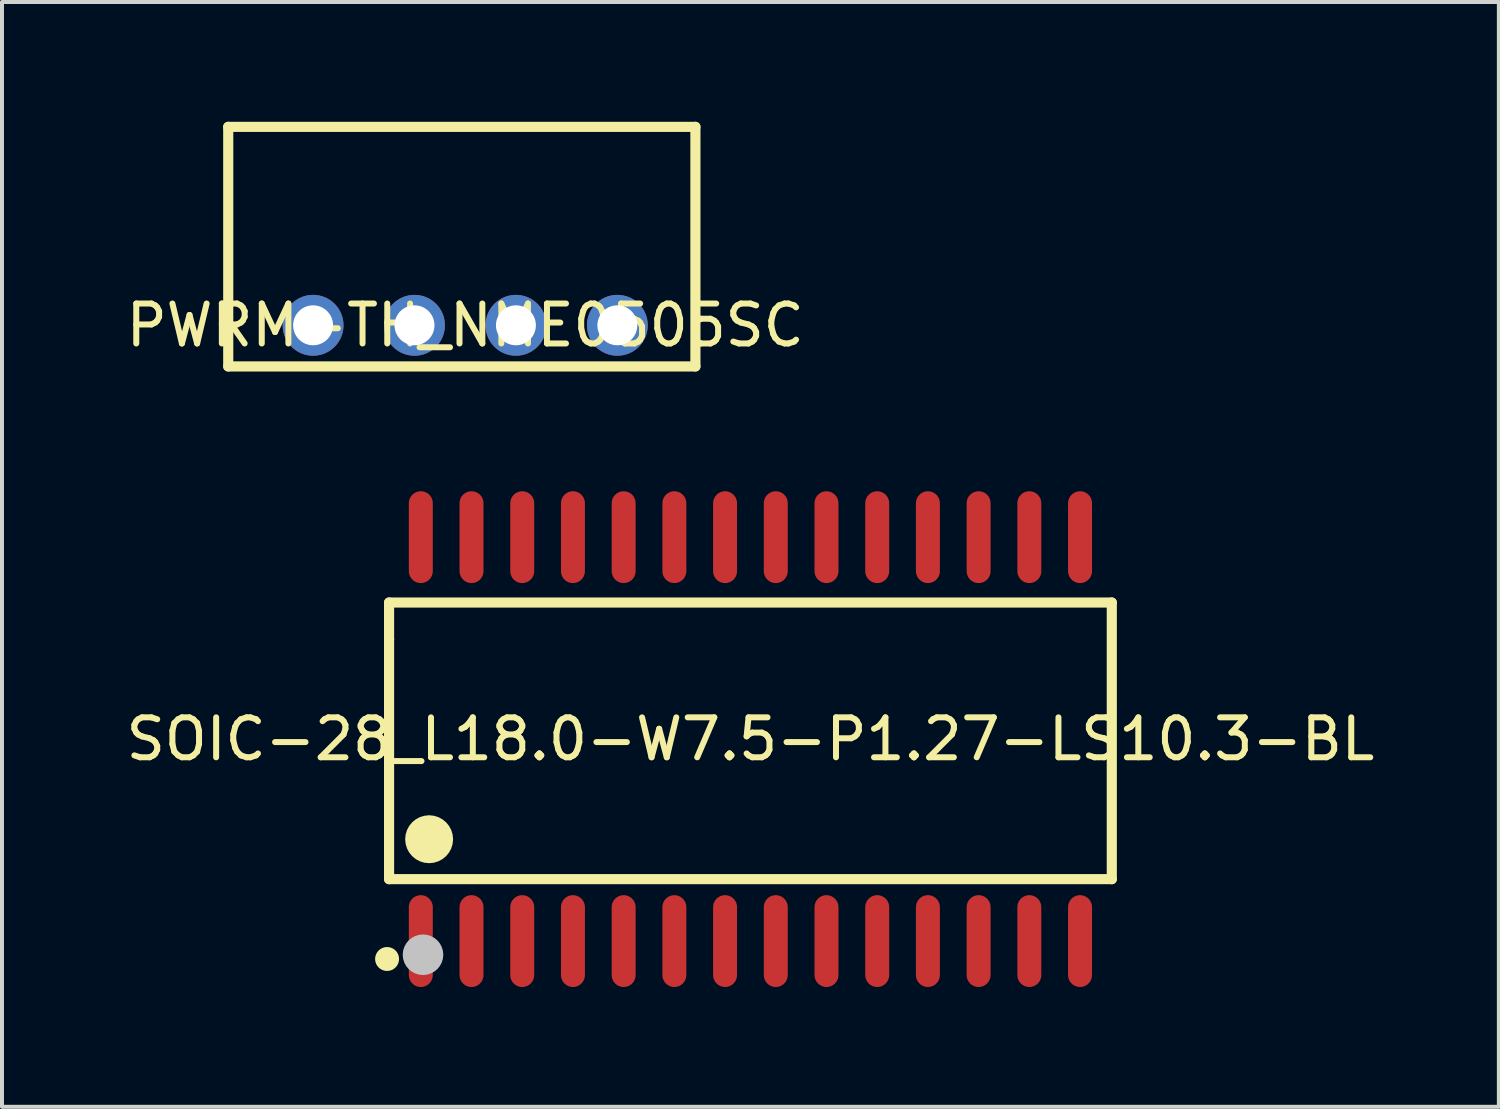
<source format=kicad_pcb>
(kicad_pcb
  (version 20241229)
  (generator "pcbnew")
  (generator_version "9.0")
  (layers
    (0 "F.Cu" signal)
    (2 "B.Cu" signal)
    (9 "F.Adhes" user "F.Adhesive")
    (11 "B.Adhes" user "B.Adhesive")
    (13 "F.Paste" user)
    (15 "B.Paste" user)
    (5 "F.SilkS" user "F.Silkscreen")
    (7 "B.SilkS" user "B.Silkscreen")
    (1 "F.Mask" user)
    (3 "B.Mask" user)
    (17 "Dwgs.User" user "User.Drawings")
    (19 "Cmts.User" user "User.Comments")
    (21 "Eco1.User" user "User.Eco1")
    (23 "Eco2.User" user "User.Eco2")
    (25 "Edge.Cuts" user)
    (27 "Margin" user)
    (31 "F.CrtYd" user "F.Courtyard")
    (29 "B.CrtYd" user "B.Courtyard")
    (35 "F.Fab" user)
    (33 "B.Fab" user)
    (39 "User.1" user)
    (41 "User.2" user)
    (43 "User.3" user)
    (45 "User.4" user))
  (footprint "SOIC-28_L18.0-W7.5-P1.27-LS10.3-BL"
    (layer "F.Cu")
    (at 15.744 15.461)
    (property "Reference" "SOIC-28_L18.0-W7.5-P1.27-LS10.3-BL" (at 0 0 0) (layer "F.SilkS") (effects (font (size 1 1) (thickness 0.15))))
    (fp_line (start -9.05 -3.421) (end 9.05 -3.421) (stroke (width 0.254) (type default)) (layer "F.SilkS"))
    (fp_line (start -9.05 -2.493) (end -9.05 -3.421) (stroke (width 0.254) (type default)) (layer "F.SilkS"))
    (fp_line (start -9.05 3.507) (end -9.05 -2.493) (stroke (width 0.254) (type default)) (layer "F.SilkS"))
    (fp_line (start 9.05 -3.421) (end 9.05 3.507) (stroke (width 0.254) (type default)) (layer "F.SilkS"))
    (fp_line (start 9.05 3.507) (end -9.05 3.507) (stroke (width 0.254) (type default)) (layer "F.SilkS"))
    (fp_arc (start -9.0985 5.3565) (mid -9.09925 5.656503) (end -9.101 5.3565) (stroke (width 0.3) (type default)) (layer "F.SilkS"))
    (fp_arc (start -8.044 2.207) (mid -8.04625 2.80701) (end -8.0495 2.207) (stroke (width 0.6) (type default)) (layer "F.SilkS"))
    (fp_circle (center -8.2 5.4) (end -7.946 5.4) (stroke (width 0.508) (type default)) (fill no) (layer "Dwgs.User"))
    (fp_poly (pts (xy -8.455 -4.25) (xy -8.455 -5.15) (xy -8.055 -5.15) (xy -8.055 -4.25)) (stroke (width 0.1) (type default)) (fill no) (layer "User.1"))
    (fp_poly (pts (xy -8.455 -3.74) (xy -8.455 -4.26) (xy -8.055 -4.26) (xy -8.055 -3.74)) (stroke (width 0.1) (type default)) (fill no) (layer "User.1"))
    (fp_poly (pts (xy -8.455 4.26) (xy -8.455 3.74) (xy -8.055 3.74) (xy -8.055 4.26)) (stroke (width 0.1) (type default)) (fill no) (layer "User.1"))
    (fp_poly (pts (xy -8.455 5.15) (xy -8.455 4.25) (xy -8.055 4.25) (xy -8.055 5.15)) (stroke (width 0.1) (type default)) (fill no) (layer "User.1"))
    (fp_poly (pts (xy -7.185 -4.25) (xy -7.185 -5.15) (xy -6.785 -5.15) (xy -6.785 -4.25)) (stroke (width 0.1) (type default)) (fill no) (layer "User.1"))
    (fp_poly (pts (xy -7.185 -3.74) (xy -7.185 -4.26) (xy -6.785 -4.26) (xy -6.785 -3.74)) (stroke (width 0.1) (type default)) (fill no) (layer "User.1"))
    (fp_poly (pts (xy -7.185 4.26) (xy -7.185 3.74) (xy -6.785 3.74) (xy -6.785 4.26)) (stroke (width 0.1) (type default)) (fill no) (layer "User.1"))
    (fp_poly (pts (xy -7.185 5.15) (xy -7.185 4.25) (xy -6.785 4.25) (xy -6.785 5.15)) (stroke (width 0.1) (type default)) (fill no) (layer "User.1"))
    (fp_poly (pts (xy -5.915 -4.25) (xy -5.915 -5.15) (xy -5.515 -5.15) (xy -5.515 -4.25)) (stroke (width 0.1) (type default)) (fill no) (layer "User.1"))
    (fp_poly (pts (xy -5.915 -3.74) (xy -5.915 -4.26) (xy -5.515 -4.26) (xy -5.515 -3.74)) (stroke (width 0.1) (type default)) (fill no) (layer "User.1"))
    (fp_poly (pts (xy -5.915 4.26) (xy -5.915 3.74) (xy -5.515 3.74) (xy -5.515 4.26)) (stroke (width 0.1) (type default)) (fill no) (layer "User.1"))
    (fp_poly (pts (xy -5.915 5.15) (xy -5.915 4.25) (xy -5.515 4.25) (xy -5.515 5.15)) (stroke (width 0.1) (type default)) (fill no) (layer "User.1"))
    (fp_poly (pts (xy -4.645 -4.25) (xy -4.645 -5.15) (xy -4.245 -5.15) (xy -4.245 -4.25)) (stroke (width 0.1) (type default)) (fill no) (layer "User.1"))
    (fp_poly (pts (xy -4.645 -3.74) (xy -4.645 -4.26) (xy -4.245 -4.26) (xy -4.245 -3.74)) (stroke (width 0.1) (type default)) (fill no) (layer "User.1"))
    (fp_poly (pts (xy -4.645 4.26) (xy -4.645 3.74) (xy -4.245 3.74) (xy -4.245 4.26)) (stroke (width 0.1) (type default)) (fill no) (layer "User.1"))
    (fp_poly (pts (xy -4.645 5.15) (xy -4.645 4.25) (xy -4.245 4.25) (xy -4.245 5.15)) (stroke (width 0.1) (type default)) (fill no) (layer "User.1"))
    (fp_poly (pts (xy -3.375 -4.25) (xy -3.375 -5.15) (xy -2.975 -5.15) (xy -2.975 -4.25)) (stroke (width 0.1) (type default)) (fill no) (layer "User.1"))
    (fp_poly (pts (xy -3.375 -3.74) (xy -3.375 -4.26) (xy -2.975 -4.26) (xy -2.975 -3.74)) (stroke (width 0.1) (type default)) (fill no) (layer "User.1"))
    (fp_poly (pts (xy -3.375 4.26) (xy -3.375 3.74) (xy -2.975 3.74) (xy -2.975 4.26)) (stroke (width 0.1) (type default)) (fill no) (layer "User.1"))
    (fp_poly (pts (xy -3.375 5.15) (xy -3.375 4.25) (xy -2.975 4.25) (xy -2.975 5.15)) (stroke (width 0.1) (type default)) (fill no) (layer "User.1"))
    (fp_poly (pts (xy -2.105 -4.25) (xy -2.105 -5.15) (xy -1.705 -5.15) (xy -1.705 -4.25)) (stroke (width 0.1) (type default)) (fill no) (layer "User.1"))
    (fp_poly (pts (xy -2.105 -3.74) (xy -2.105 -4.26) (xy -1.705 -4.26) (xy -1.705 -3.74)) (stroke (width 0.1) (type default)) (fill no) (layer "User.1"))
    (fp_poly (pts (xy -2.105 4.26) (xy -2.105 3.74) (xy -1.705 3.74) (xy -1.705 4.26)) (stroke (width 0.1) (type default)) (fill no) (layer "User.1"))
    (fp_poly (pts (xy -2.105 5.15) (xy -2.105 4.25) (xy -1.705 4.25) (xy -1.705 5.15)) (stroke (width 0.1) (type default)) (fill no) (layer "User.1"))
    (fp_poly (pts (xy -0.835 -4.25) (xy -0.835 -5.15) (xy -0.435 -5.15) (xy -0.435 -4.25)) (stroke (width 0.1) (type default)) (fill no) (layer "User.1"))
    (fp_poly (pts (xy -0.835 -3.74) (xy -0.835 -4.26) (xy -0.435 -4.26) (xy -0.435 -3.74)) (stroke (width 0.1) (type default)) (fill no) (layer "User.1"))
    (fp_poly (pts (xy -0.835 4.26) (xy -0.835 3.74) (xy -0.435 3.74) (xy -0.435 4.26)) (stroke (width 0.1) (type default)) (fill no) (layer "User.1"))
    (fp_poly (pts (xy -0.835 5.15) (xy -0.835 4.25) (xy -0.435 4.25) (xy -0.435 5.15)) (stroke (width 0.1) (type default)) (fill no) (layer "User.1"))
    (fp_poly (pts (xy 0.435 -4.25) (xy 0.435 -5.15) (xy 0.835 -5.15) (xy 0.835 -4.25)) (stroke (width 0.1) (type default)) (fill no) (layer "User.1"))
    (fp_poly (pts (xy 0.435 -3.74) (xy 0.435 -4.26) (xy 0.835 -4.26) (xy 0.835 -3.74)) (stroke (width 0.1) (type default)) (fill no) (layer "User.1"))
    (fp_poly (pts (xy 0.435 4.26) (xy 0.435 3.74) (xy 0.835 3.74) (xy 0.835 4.26)) (stroke (width 0.1) (type default)) (fill no) (layer "User.1"))
    (fp_poly (pts (xy 0.435 5.15) (xy 0.435 4.25) (xy 0.835 4.25) (xy 0.835 5.15)) (stroke (width 0.1) (type default)) (fill no) (layer "User.1"))
    (fp_poly (pts (xy 1.705 -4.25) (xy 1.705 -5.15) (xy 2.105 -5.15) (xy 2.105 -4.25)) (stroke (width 0.1) (type default)) (fill no) (layer "User.1"))
    (fp_poly (pts (xy 1.705 -3.74) (xy 1.705 -4.26) (xy 2.105 -4.26) (xy 2.105 -3.74)) (stroke (width 0.1) (type default)) (fill no) (layer "User.1"))
    (fp_poly (pts (xy 1.705 4.26) (xy 1.705 3.74) (xy 2.105 3.74) (xy 2.105 4.26)) (stroke (width 0.1) (type default)) (fill no) (layer "User.1"))
    (fp_poly (pts (xy 1.705 5.15) (xy 1.705 4.25) (xy 2.105 4.25) (xy 2.105 5.15)) (stroke (width 0.1) (type default)) (fill no) (layer "User.1"))
    (fp_poly (pts (xy 2.975 -4.25) (xy 2.975 -5.15) (xy 3.375 -5.15) (xy 3.375 -4.25)) (stroke (width 0.1) (type default)) (fill no) (layer "User.1"))
    (fp_poly (pts (xy 2.975 -3.74) (xy 2.975 -4.26) (xy 3.375 -4.26) (xy 3.375 -3.74)) (stroke (width 0.1) (type default)) (fill no) (layer "User.1"))
    (fp_poly (pts (xy 2.975 4.26) (xy 2.975 3.74) (xy 3.375 3.74) (xy 3.375 4.26)) (stroke (width 0.1) (type default)) (fill no) (layer "User.1"))
    (fp_poly (pts (xy 2.975 5.15) (xy 2.975 4.25) (xy 3.375 4.25) (xy 3.375 5.15)) (stroke (width 0.1) (type default)) (fill no) (layer "User.1"))
    (fp_poly (pts (xy 4.245 -4.25) (xy 4.245 -5.15) (xy 4.645 -5.15) (xy 4.645 -4.25)) (stroke (width 0.1) (type default)) (fill no) (layer "User.1"))
    (fp_poly (pts (xy 4.245 -3.74) (xy 4.245 -4.26) (xy 4.645 -4.26) (xy 4.645 -3.74)) (stroke (width 0.1) (type default)) (fill no) (layer "User.1"))
    (fp_poly (pts (xy 4.245 4.26) (xy 4.245 3.74) (xy 4.645 3.74) (xy 4.645 4.26)) (stroke (width 0.1) (type default)) (fill no) (layer "User.1"))
    (fp_poly (pts (xy 4.245 5.15) (xy 4.245 4.25) (xy 4.645 4.25) (xy 4.645 5.15)) (stroke (width 0.1) (type default)) (fill no) (layer "User.1"))
    (fp_poly (pts (xy 5.515 -4.25) (xy 5.515 -5.15) (xy 5.915 -5.15) (xy 5.915 -4.25)) (stroke (width 0.1) (type default)) (fill no) (layer "User.1"))
    (fp_poly (pts (xy 5.515 -3.74) (xy 5.515 -4.26) (xy 5.915 -4.26) (xy 5.915 -3.74)) (stroke (width 0.1) (type default)) (fill no) (layer "User.1"))
    (fp_poly (pts (xy 5.515 4.26) (xy 5.515 3.74) (xy 5.915 3.74) (xy 5.915 4.26)) (stroke (width 0.1) (type default)) (fill no) (layer "User.1"))
    (fp_poly (pts (xy 5.515 5.15) (xy 5.515 4.25) (xy 5.915 4.25) (xy 5.915 5.15)) (stroke (width 0.1) (type default)) (fill no) (layer "User.1"))
    (fp_poly (pts (xy 6.785 -4.25) (xy 6.785 -5.15) (xy 7.185 -5.15) (xy 7.185 -4.25)) (stroke (width 0.1) (type default)) (fill no) (layer "User.1"))
    (fp_poly (pts (xy 6.785 -3.74) (xy 6.785 -4.26) (xy 7.185 -4.26) (xy 7.185 -3.74)) (stroke (width 0.1) (type default)) (fill no) (layer "User.1"))
    (fp_poly (pts (xy 6.785 4.26) (xy 6.785 3.74) (xy 7.185 3.74) (xy 7.185 4.26)) (stroke (width 0.1) (type default)) (fill no) (layer "User.1"))
    (fp_poly (pts (xy 6.785 5.15) (xy 6.785 4.25) (xy 7.185 4.25) (xy 7.185 5.15)) (stroke (width 0.1) (type default)) (fill no) (layer "User.1"))
    (fp_poly (pts (xy 8.055 -4.25) (xy 8.055 -5.15) (xy 8.455 -5.15) (xy 8.455 -4.25)) (stroke (width 0.1) (type default)) (fill no) (layer "User.1"))
    (fp_poly (pts (xy 8.055 -3.74) (xy 8.055 -4.26) (xy 8.455 -4.26) (xy 8.455 -3.74)) (stroke (width 0.1) (type default)) (fill no) (layer "User.1"))
    (fp_poly (pts (xy 8.055 4.26) (xy 8.055 3.74) (xy 8.455 3.74) (xy 8.455 4.26)) (stroke (width 0.1) (type default)) (fill no) (layer "User.1"))
    (fp_poly (pts (xy 8.055 5.15) (xy 8.055 4.25) (xy 8.455 4.25) (xy 8.455 5.15)) (stroke (width 0.1) (type default)) (fill no) (layer "User.1"))
    (fp_line (start -9.05 -3.75) (end 9.05 -3.75) (stroke (width 0.051) (type default)) (layer "User.2"))
    (fp_line (start -9.05 3.75) (end -9.05 -3.75) (stroke (width 0.051) (type default)) (layer "User.2"))
    (fp_line (start 9.05 -3.75) (end 9.05 3.75) (stroke (width 0.051) (type default)) (layer "User.2"))
    (fp_line (start 9.05 3.75) (end -9.05 3.75) (stroke (width 0.051) (type default)) (layer "User.2"))
    (fp_poly (pts (xy -8.995 5.127) (xy -9.027 5.095) (xy -9.073 5.095) (xy -9.105 5.127) (xy -9.105 5.173) (xy -9.073 5.205) (xy -9.027 5.205) (xy -8.995 5.173)) (stroke (width 0.1) (type default)) (fill no) (layer "User.3"))
    (pad "1" smd oval (at -8.255 5.058 180) (size 0.6 2.3) (layers "F.Cu" "F.Mask" "F.Paste"))
    (pad "2" smd oval (at -6.985 5.058 180) (size 0.6 2.3) (layers "F.Cu" "F.Mask" "F.Paste"))
    (pad "3" smd oval (at -5.715 5.058 180) (size 0.6 2.3) (layers "F.Cu" "F.Mask" "F.Paste"))
    (pad "4" smd oval (at -4.445 5.058 180) (size 0.6 2.3) (layers "F.Cu" "F.Mask" "F.Paste"))
    (pad "5" smd oval (at -3.175 5.058 180) (size 0.6 2.3) (layers "F.Cu" "F.Mask" "F.Paste"))
    (pad "6" smd oval (at -1.905 5.058 180) (size 0.6 2.3) (layers "F.Cu" "F.Mask" "F.Paste"))
    (pad "7" smd oval (at -0.635 5.058 180) (size 0.6 2.3) (layers "F.Cu" "F.Mask" "F.Paste"))
    (pad "8" smd oval (at 0.635 5.058 180) (size 0.6 2.3) (layers "F.Cu" "F.Mask" "F.Paste"))
    (pad "9" smd oval (at 1.905 5.058 180) (size 0.6 2.3) (layers "F.Cu" "F.Mask" "F.Paste"))
    (pad "10" smd oval (at 3.175 5.058 180) (size 0.6 2.3) (layers "F.Cu" "F.Mask" "F.Paste"))
    (pad "11" smd oval (at 4.445 5.058 180) (size 0.6 2.3) (layers "F.Cu" "F.Mask" "F.Paste"))
    (pad "12" smd oval (at 5.715 5.058 180) (size 0.6 2.3) (layers "F.Cu" "F.Mask" "F.Paste"))
    (pad "13" smd oval (at 6.985 5.058 180) (size 0.6 2.3) (layers "F.Cu" "F.Mask" "F.Paste"))
    (pad "14" smd oval (at 8.255 5.058 180) (size 0.6 2.3) (layers "F.Cu" "F.Mask" "F.Paste"))
    (pad "15" smd oval (at 8.255 -5.058 180) (size 0.6 2.3) (layers "F.Cu" "F.Mask" "F.Paste"))
    (pad "16" smd oval (at 6.985 -5.058 180) (size 0.6 2.3) (layers "F.Cu" "F.Mask" "F.Paste"))
    (pad "17" smd oval (at 5.715 -5.058 180) (size 0.6 2.3) (layers "F.Cu" "F.Mask" "F.Paste"))
    (pad "18" smd oval (at 4.445 -5.058 180) (size 0.6 2.3) (layers "F.Cu" "F.Mask" "F.Paste"))
    (pad "19" smd oval (at 3.175 -5.058 180) (size 0.6 2.3) (layers "F.Cu" "F.Mask" "F.Paste"))
    (pad "20" smd oval (at 1.905 -5.058 180) (size 0.6 2.3) (layers "F.Cu" "F.Mask" "F.Paste"))
    (pad "21" smd oval (at 0.635 -5.058 180) (size 0.6 2.3) (layers "F.Cu" "F.Mask" "F.Paste"))
    (pad "22" smd oval (at -0.635 -5.058 180) (size 0.6 2.3) (layers "F.Cu" "F.Mask" "F.Paste"))
    (pad "23" smd oval (at -1.905 -5.058 180) (size 0.6 2.3) (layers "F.Cu" "F.Mask" "F.Paste"))
    (pad "24" smd oval (at -3.175 -5.058 180) (size 0.6 2.3) (layers "F.Cu" "F.Mask" "F.Paste"))
    (pad "25" smd oval (at -4.445 -5.058 180) (size 0.6 2.3) (layers "F.Cu" "F.Mask" "F.Paste"))
    (pad "26" smd oval (at -5.715 -5.058 180) (size 0.6 2.3) (layers "F.Cu" "F.Mask" "F.Paste"))
    (pad "27" smd oval (at -6.985 -5.058 180) (size 0.6 2.3) (layers "F.Cu" "F.Mask" "F.Paste"))
    (pad "28" smd oval (at -8.255 -5.058 180) (size 0.6 2.3) (layers "F.Cu" "F.Mask" "F.Paste")))
  (footprint "PWRM-TH_NME0505SC"
    (layer "F.Cu")
    (at 8.601 5.097)
    (property "Reference" "PWRM-TH_NME0505SC" (at 0 0 0) (layer "F.SilkS") (effects (font (size 1 1) (thickness 0.15))))
    (fp_line (start -5.935 -4.97) (end -5.935 1.03) (stroke (width 0.254) (type default)) (layer "F.SilkS"))
    (fp_line (start -5.935 1.03) (end 5.765 1.03) (stroke (width 0.254) (type default)) (layer "F.SilkS"))
    (fp_line (start 5.765 -4.97) (end -5.935 -4.97) (stroke (width 0.254) (type default)) (layer "F.SilkS"))
    (fp_line (start 5.765 -4.97) (end 5.765 1.03) (stroke (width 0.254) (type default)) (layer "F.SilkS"))
    (pad "1" thru_hole circle (at -3.81 0) (size 1.524 1.524) (drill 1) (layers "*.Cu" "*.Mask"))
    (pad "2" thru_hole circle (at -1.27 0) (size 1.524 1.524) (drill 1) (layers "*.Cu" "*.Mask"))
    (pad "3" thru_hole circle (at 1.27 0) (size 1.524 1.524) (drill 1) (layers "*.Cu" "*.Mask"))
    (pad "4" thru_hole circle (at 3.81 0) (size 1.524 1.524) (drill 1) (layers "*.Cu" "*.Mask")))
  (gr_rect
    (start -3 -3)
    (end 34.488 24.669)
    (stroke (width 0.1) (type default))
    (fill no)
    (layer "Edge.Cuts")))
</source>
